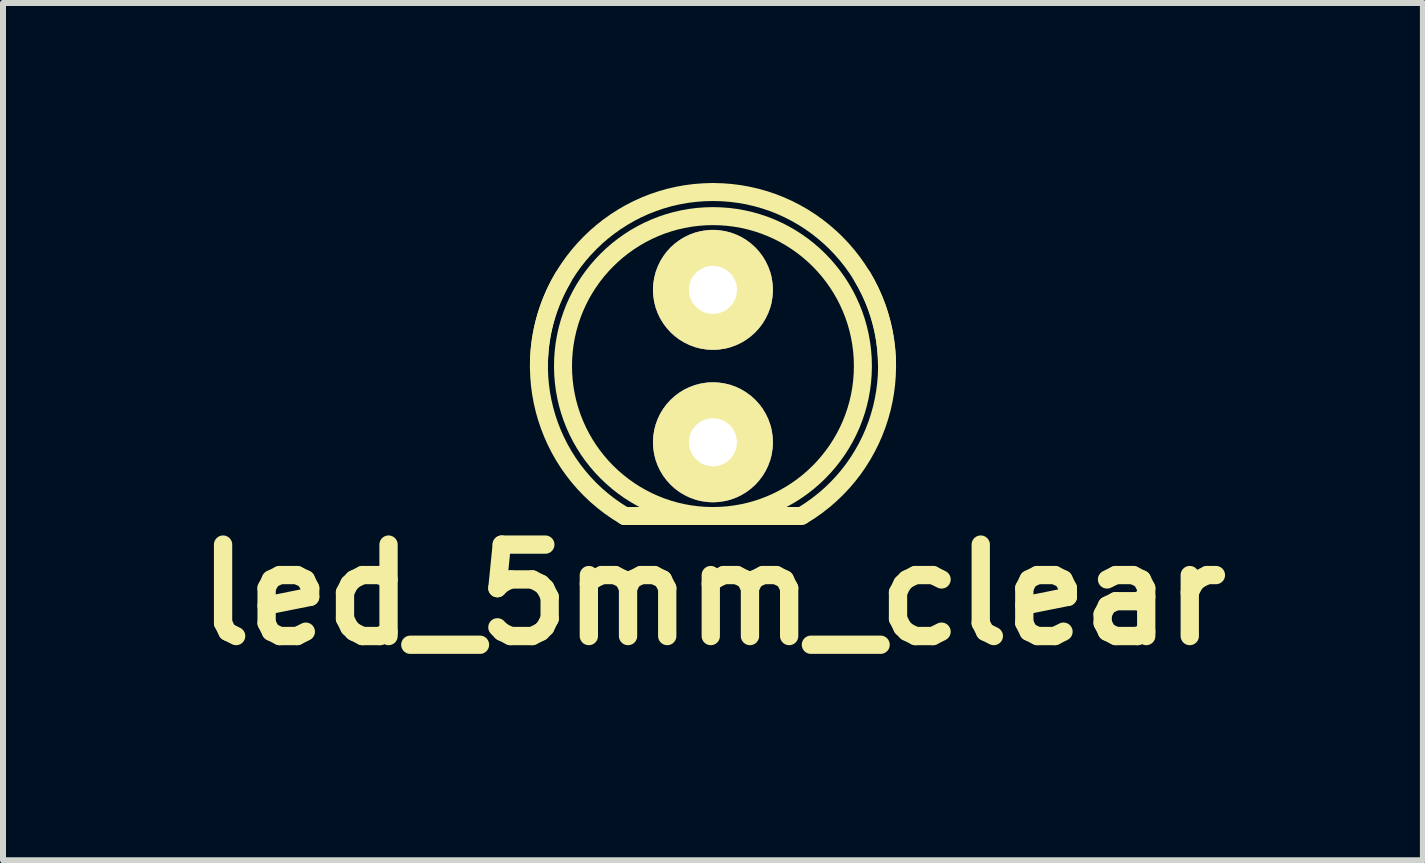
<source format=kicad_pcb>
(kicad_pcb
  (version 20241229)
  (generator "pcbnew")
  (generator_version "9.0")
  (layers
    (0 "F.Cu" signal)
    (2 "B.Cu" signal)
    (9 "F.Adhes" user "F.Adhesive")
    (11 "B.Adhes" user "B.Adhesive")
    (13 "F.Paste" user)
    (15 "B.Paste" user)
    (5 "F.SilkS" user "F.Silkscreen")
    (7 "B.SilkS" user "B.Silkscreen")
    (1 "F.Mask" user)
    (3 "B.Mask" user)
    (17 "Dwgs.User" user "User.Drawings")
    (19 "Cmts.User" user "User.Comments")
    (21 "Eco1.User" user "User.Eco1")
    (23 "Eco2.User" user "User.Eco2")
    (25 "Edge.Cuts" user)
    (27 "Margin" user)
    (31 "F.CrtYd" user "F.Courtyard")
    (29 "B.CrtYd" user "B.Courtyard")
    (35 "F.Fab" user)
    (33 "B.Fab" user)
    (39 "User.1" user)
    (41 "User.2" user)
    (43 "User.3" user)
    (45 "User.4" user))
  (footprint "led_5mm_clear"
    (layer "F.Cu")
    (at 8.832 3.051)
    (property "Reference" "led_5mm_clear" (at 0 3.81 0) (layer "F.SilkS") (effects (font (size 1.524 1.524) (thickness 0.305))))
    (attr through_hole)
    (fp_line (start -1.471 2.499) (end 1.471 2.499) (stroke (width 0.3) (type solid)) (layer "F.SilkS"))
    (fp_arc (start -2.90068 0) (mid -2.05109 -2.05109) (end 0 -2.90068) (stroke (width 0.29972) (type solid)) (layer "F.SilkS"))
    (fp_arc (start -1.47066 2.49936) (mid -2.807228 0.727401) (end -2.49936 -1.47066) (stroke (width 0.29972) (type solid)) (layer "F.SilkS"))
    (fp_arc (start 0 -2.90068) (mid 2.05109 -2.05109) (end 2.90068 0) (stroke (width 0.29972) (type solid)) (layer "F.SilkS"))
    (fp_arc (start 2.4892 -1.49098) (mid 2.814412 0.705848) (end 1.49098 2.4892) (stroke (width 0.29972) (type solid)) (layer "F.SilkS"))
    (fp_circle (center 0 0) (end -2.499 0) (stroke (width 0.3) (type solid)) (fill no) (layer "F.SilkS"))
    (pad "1" thru_hole circle (at 0 -1.27) (size 1.999 1.999) (drill 0.8) (layers "*.Cu" "*.Mask" "F.SilkS"))
    (pad "2" thru_hole circle (at 0 1.27) (size 1.999 1.999) (drill 0.8) (layers "*.Cu" "*.Mask" "F.SilkS")))
  (gr_rect
    (start -3 -3)
    (end 20.664 11.287)
    (stroke (width 0.1) (type default))
    (fill no)
    (layer "Edge.Cuts")))
</source>
